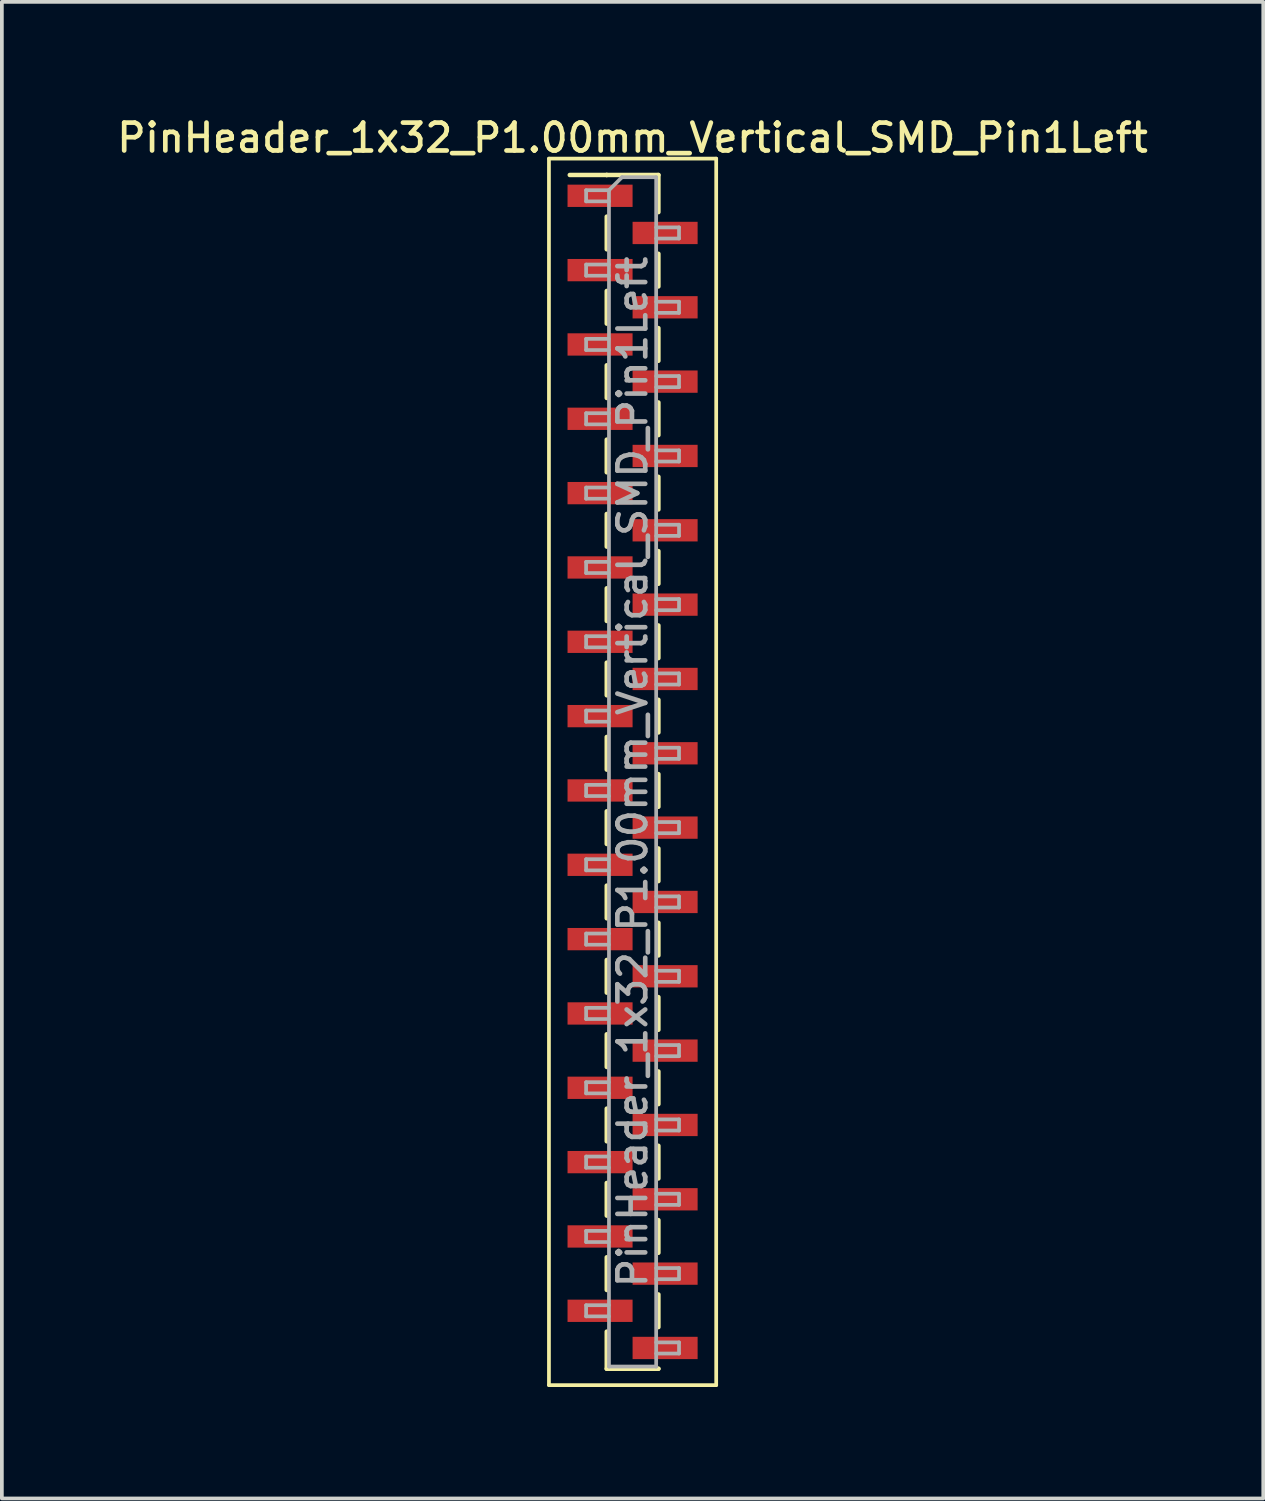
<source format=kicad_pcb>
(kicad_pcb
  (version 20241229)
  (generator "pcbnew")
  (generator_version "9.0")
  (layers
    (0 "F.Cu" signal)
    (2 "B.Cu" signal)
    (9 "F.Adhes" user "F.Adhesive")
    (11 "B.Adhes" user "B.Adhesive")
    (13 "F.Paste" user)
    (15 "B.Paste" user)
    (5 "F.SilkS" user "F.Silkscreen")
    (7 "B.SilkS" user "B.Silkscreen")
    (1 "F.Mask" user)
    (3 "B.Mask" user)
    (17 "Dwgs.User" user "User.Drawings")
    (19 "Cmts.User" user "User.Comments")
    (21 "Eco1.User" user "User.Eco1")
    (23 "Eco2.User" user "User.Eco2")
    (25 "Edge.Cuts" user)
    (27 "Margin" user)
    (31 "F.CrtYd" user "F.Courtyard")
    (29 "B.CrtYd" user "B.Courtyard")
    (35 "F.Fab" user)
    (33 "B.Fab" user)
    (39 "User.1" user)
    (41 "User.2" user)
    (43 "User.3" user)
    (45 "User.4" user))
  (footprint "PinHeader_1x32_P1.00mm_Vertical_SMD_Pin1Left"
    (layer "F.Cu")
    (at 13.97 17.718)
    (property "Reference" "PinHeader_1x32_P1.00mm_Vertical_SMD_Pin1Left" (at 0 -17.06 0) (layer "F.SilkS") (effects (font (size 0.75 0.75) (thickness 0.125))))
    (attr smd)
    (fp_line (start -2.25 -16.5) (end -2.25 16.5) (stroke (width 0.1) (type solid)) (layer "F.SilkS"))
    (fp_line (start -2.25 16.5) (end 2.25 16.5) (stroke (width 0.1) (type solid)) (layer "F.SilkS"))
    (fp_line (start -0.695 -16.06) (end -1.69 -16.06) (stroke (width 0.12) (type solid)) (layer "F.SilkS"))
    (fp_line (start -0.695 -16.06) (end -0.695 -16.06) (stroke (width 0.12) (type solid)) (layer "F.SilkS"))
    (fp_line (start -0.695 -16.06) (end 0.695 -16.06) (stroke (width 0.12) (type solid)) (layer "F.SilkS"))
    (fp_line (start -0.695 -14.94) (end -0.695 -14.06) (stroke (width 0.12) (type solid)) (layer "F.SilkS"))
    (fp_line (start -0.695 -12.94) (end -0.695 -12.06) (stroke (width 0.12) (type solid)) (layer "F.SilkS"))
    (fp_line (start -0.695 -10.94) (end -0.695 -10.06) (stroke (width 0.12) (type solid)) (layer "F.SilkS"))
    (fp_line (start -0.695 -8.94) (end -0.695 -8.06) (stroke (width 0.12) (type solid)) (layer "F.SilkS"))
    (fp_line (start -0.695 -6.94) (end -0.695 -6.06) (stroke (width 0.12) (type solid)) (layer "F.SilkS"))
    (fp_line (start -0.695 -4.94) (end -0.695 -4.06) (stroke (width 0.12) (type solid)) (layer "F.SilkS"))
    (fp_line (start -0.695 -2.94) (end -0.695 -2.06) (stroke (width 0.12) (type solid)) (layer "F.SilkS"))
    (fp_line (start -0.695 -0.94) (end -0.695 -0.06) (stroke (width 0.12) (type solid)) (layer "F.SilkS"))
    (fp_line (start -0.695 1.06) (end -0.695 1.94) (stroke (width 0.12) (type solid)) (layer "F.SilkS"))
    (fp_line (start -0.695 3.06) (end -0.695 3.94) (stroke (width 0.12) (type solid)) (layer "F.SilkS"))
    (fp_line (start -0.695 5.06) (end -0.695 5.94) (stroke (width 0.12) (type solid)) (layer "F.SilkS"))
    (fp_line (start -0.695 7.06) (end -0.695 7.94) (stroke (width 0.12) (type solid)) (layer "F.SilkS"))
    (fp_line (start -0.695 9.06) (end -0.695 9.94) (stroke (width 0.12) (type solid)) (layer "F.SilkS"))
    (fp_line (start -0.695 11.06) (end -0.695 11.94) (stroke (width 0.12) (type solid)) (layer "F.SilkS"))
    (fp_line (start -0.695 13.06) (end -0.695 13.94) (stroke (width 0.12) (type solid)) (layer "F.SilkS"))
    (fp_line (start -0.695 15.06) (end -0.695 16.06) (stroke (width 0.12) (type solid)) (layer "F.SilkS"))
    (fp_line (start -0.695 16.06) (end 0.695 16.06) (stroke (width 0.12) (type solid)) (layer "F.SilkS"))
    (fp_line (start 0.695 -16.06) (end 0.695 -15.06) (stroke (width 0.12) (type solid)) (layer "F.SilkS"))
    (fp_line (start 0.695 -13.94) (end 0.695 -13.06) (stroke (width 0.12) (type solid)) (layer "F.SilkS"))
    (fp_line (start 0.695 -11.94) (end 0.695 -11.06) (stroke (width 0.12) (type solid)) (layer "F.SilkS"))
    (fp_line (start 0.695 -9.94) (end 0.695 -9.06) (stroke (width 0.12) (type solid)) (layer "F.SilkS"))
    (fp_line (start 0.695 -7.94) (end 0.695 -7.06) (stroke (width 0.12) (type solid)) (layer "F.SilkS"))
    (fp_line (start 0.695 -5.94) (end 0.695 -5.06) (stroke (width 0.12) (type solid)) (layer "F.SilkS"))
    (fp_line (start 0.695 -3.94) (end 0.695 -3.06) (stroke (width 0.12) (type solid)) (layer "F.SilkS"))
    (fp_line (start 0.695 -1.94) (end 0.695 -1.06) (stroke (width 0.12) (type solid)) (layer "F.SilkS"))
    (fp_line (start 0.695 0.06) (end 0.695 0.94) (stroke (width 0.12) (type solid)) (layer "F.SilkS"))
    (fp_line (start 0.695 2.06) (end 0.695 2.94) (stroke (width 0.12) (type solid)) (layer "F.SilkS"))
    (fp_line (start 0.695 4.06) (end 0.695 4.94) (stroke (width 0.12) (type solid)) (layer "F.SilkS"))
    (fp_line (start 0.695 6.06) (end 0.695 6.94) (stroke (width 0.12) (type solid)) (layer "F.SilkS"))
    (fp_line (start 0.695 8.06) (end 0.695 8.94) (stroke (width 0.12) (type solid)) (layer "F.SilkS"))
    (fp_line (start 0.695 10.06) (end 0.695 10.94) (stroke (width 0.12) (type solid)) (layer "F.SilkS"))
    (fp_line (start 0.695 12.06) (end 0.695 12.94) (stroke (width 0.12) (type solid)) (layer "F.SilkS"))
    (fp_line (start 0.695 14.06) (end 0.695 14.94) (stroke (width 0.12) (type solid)) (layer "F.SilkS"))
    (fp_line (start 0.695 16.06) (end 0.695 16.06) (stroke (width 0.12) (type solid)) (layer "F.SilkS"))
    (fp_line (start 2.25 -16.5) (end -2.25 -16.5) (stroke (width 0.1) (type solid)) (layer "F.SilkS"))
    (fp_line (start 2.25 16.5) (end 2.25 -16.5) (stroke (width 0.1) (type solid)) (layer "F.SilkS"))
    (fp_line (start -1.25 -15.65) (end -1.25 -15.35) (stroke (width 0.1) (type solid)) (layer "F.Fab"))
    (fp_line (start -1.25 -15.35) (end -0.635 -15.35) (stroke (width 0.1) (type solid)) (layer "F.Fab"))
    (fp_line (start -1.25 -13.65) (end -1.25 -13.35) (stroke (width 0.1) (type solid)) (layer "F.Fab"))
    (fp_line (start -1.25 -13.35) (end -0.635 -13.35) (stroke (width 0.1) (type solid)) (layer "F.Fab"))
    (fp_line (start -1.25 -11.65) (end -1.25 -11.35) (stroke (width 0.1) (type solid)) (layer "F.Fab"))
    (fp_line (start -1.25 -11.35) (end -0.635 -11.35) (stroke (width 0.1) (type solid)) (layer "F.Fab"))
    (fp_line (start -1.25 -9.65) (end -1.25 -9.35) (stroke (width 0.1) (type solid)) (layer "F.Fab"))
    (fp_line (start -1.25 -9.35) (end -0.635 -9.35) (stroke (width 0.1) (type solid)) (layer "F.Fab"))
    (fp_line (start -1.25 -7.65) (end -1.25 -7.35) (stroke (width 0.1) (type solid)) (layer "F.Fab"))
    (fp_line (start -1.25 -7.35) (end -0.635 -7.35) (stroke (width 0.1) (type solid)) (layer "F.Fab"))
    (fp_line (start -1.25 -5.65) (end -1.25 -5.35) (stroke (width 0.1) (type solid)) (layer "F.Fab"))
    (fp_line (start -1.25 -5.35) (end -0.635 -5.35) (stroke (width 0.1) (type solid)) (layer "F.Fab"))
    (fp_line (start -1.25 -3.65) (end -1.25 -3.35) (stroke (width 0.1) (type solid)) (layer "F.Fab"))
    (fp_line (start -1.25 -3.35) (end -0.635 -3.35) (stroke (width 0.1) (type solid)) (layer "F.Fab"))
    (fp_line (start -1.25 -1.65) (end -1.25 -1.35) (stroke (width 0.1) (type solid)) (layer "F.Fab"))
    (fp_line (start -1.25 -1.35) (end -0.635 -1.35) (stroke (width 0.1) (type solid)) (layer "F.Fab"))
    (fp_line (start -1.25 0.35) (end -1.25 0.65) (stroke (width 0.1) (type solid)) (layer "F.Fab"))
    (fp_line (start -1.25 0.65) (end -0.635 0.65) (stroke (width 0.1) (type solid)) (layer "F.Fab"))
    (fp_line (start -1.25 2.35) (end -1.25 2.65) (stroke (width 0.1) (type solid)) (layer "F.Fab"))
    (fp_line (start -1.25 2.65) (end -0.635 2.65) (stroke (width 0.1) (type solid)) (layer "F.Fab"))
    (fp_line (start -1.25 4.35) (end -1.25 4.65) (stroke (width 0.1) (type solid)) (layer "F.Fab"))
    (fp_line (start -1.25 4.65) (end -0.635 4.65) (stroke (width 0.1) (type solid)) (layer "F.Fab"))
    (fp_line (start -1.25 6.35) (end -1.25 6.65) (stroke (width 0.1) (type solid)) (layer "F.Fab"))
    (fp_line (start -1.25 6.65) (end -0.635 6.65) (stroke (width 0.1) (type solid)) (layer "F.Fab"))
    (fp_line (start -1.25 8.35) (end -1.25 8.65) (stroke (width 0.1) (type solid)) (layer "F.Fab"))
    (fp_line (start -1.25 8.65) (end -0.635 8.65) (stroke (width 0.1) (type solid)) (layer "F.Fab"))
    (fp_line (start -1.25 10.35) (end -1.25 10.65) (stroke (width 0.1) (type solid)) (layer "F.Fab"))
    (fp_line (start -1.25 10.65) (end -0.635 10.65) (stroke (width 0.1) (type solid)) (layer "F.Fab"))
    (fp_line (start -1.25 12.35) (end -1.25 12.65) (stroke (width 0.1) (type solid)) (layer "F.Fab"))
    (fp_line (start -1.25 12.65) (end -0.635 12.65) (stroke (width 0.1) (type solid)) (layer "F.Fab"))
    (fp_line (start -1.25 14.35) (end -1.25 14.65) (stroke (width 0.1) (type solid)) (layer "F.Fab"))
    (fp_line (start -1.25 14.65) (end -0.635 14.65) (stroke (width 0.1) (type solid)) (layer "F.Fab"))
    (fp_line (start -0.635 -15.65) (end -1.25 -15.65) (stroke (width 0.1) (type solid)) (layer "F.Fab"))
    (fp_line (start -0.635 -15.65) (end -0.285 -16) (stroke (width 0.1) (type solid)) (layer "F.Fab"))
    (fp_line (start -0.635 -13.65) (end -1.25 -13.65) (stroke (width 0.1) (type solid)) (layer "F.Fab"))
    (fp_line (start -0.635 -11.65) (end -1.25 -11.65) (stroke (width 0.1) (type solid)) (layer "F.Fab"))
    (fp_line (start -0.635 -9.65) (end -1.25 -9.65) (stroke (width 0.1) (type solid)) (layer "F.Fab"))
    (fp_line (start -0.635 -7.65) (end -1.25 -7.65) (stroke (width 0.1) (type solid)) (layer "F.Fab"))
    (fp_line (start -0.635 -5.65) (end -1.25 -5.65) (stroke (width 0.1) (type solid)) (layer "F.Fab"))
    (fp_line (start -0.635 -3.65) (end -1.25 -3.65) (stroke (width 0.1) (type solid)) (layer "F.Fab"))
    (fp_line (start -0.635 -1.65) (end -1.25 -1.65) (stroke (width 0.1) (type solid)) (layer "F.Fab"))
    (fp_line (start -0.635 0.35) (end -1.25 0.35) (stroke (width 0.1) (type solid)) (layer "F.Fab"))
    (fp_line (start -0.635 2.35) (end -1.25 2.35) (stroke (width 0.1) (type solid)) (layer "F.Fab"))
    (fp_line (start -0.635 4.35) (end -1.25 4.35) (stroke (width 0.1) (type solid)) (layer "F.Fab"))
    (fp_line (start -0.635 6.35) (end -1.25 6.35) (stroke (width 0.1) (type solid)) (layer "F.Fab"))
    (fp_line (start -0.635 8.35) (end -1.25 8.35) (stroke (width 0.1) (type solid)) (layer "F.Fab"))
    (fp_line (start -0.635 10.35) (end -1.25 10.35) (stroke (width 0.1) (type solid)) (layer "F.Fab"))
    (fp_line (start -0.635 12.35) (end -1.25 12.35) (stroke (width 0.1) (type solid)) (layer "F.Fab"))
    (fp_line (start -0.635 14.35) (end -1.25 14.35) (stroke (width 0.1) (type solid)) (layer "F.Fab"))
    (fp_line (start -0.635 16) (end -0.635 -15.65) (stroke (width 0.1) (type solid)) (layer "F.Fab"))
    (fp_line (start -0.285 -16) (end 0.635 -16) (stroke (width 0.1) (type solid)) (layer "F.Fab"))
    (fp_line (start 0.635 -16) (end 0.635 16) (stroke (width 0.1) (type solid)) (layer "F.Fab"))
    (fp_line (start 0.635 -14.65) (end 1.25 -14.65) (stroke (width 0.1) (type solid)) (layer "F.Fab"))
    (fp_line (start 0.635 -12.65) (end 1.25 -12.65) (stroke (width 0.1) (type solid)) (layer "F.Fab"))
    (fp_line (start 0.635 -10.65) (end 1.25 -10.65) (stroke (width 0.1) (type solid)) (layer "F.Fab"))
    (fp_line (start 0.635 -8.65) (end 1.25 -8.65) (stroke (width 0.1) (type solid)) (layer "F.Fab"))
    (fp_line (start 0.635 -6.65) (end 1.25 -6.65) (stroke (width 0.1) (type solid)) (layer "F.Fab"))
    (fp_line (start 0.635 -4.65) (end 1.25 -4.65) (stroke (width 0.1) (type solid)) (layer "F.Fab"))
    (fp_line (start 0.635 -2.65) (end 1.25 -2.65) (stroke (width 0.1) (type solid)) (layer "F.Fab"))
    (fp_line (start 0.635 -0.65) (end 1.25 -0.65) (stroke (width 0.1) (type solid)) (layer "F.Fab"))
    (fp_line (start 0.635 1.35) (end 1.25 1.35) (stroke (width 0.1) (type solid)) (layer "F.Fab"))
    (fp_line (start 0.635 3.35) (end 1.25 3.35) (stroke (width 0.1) (type solid)) (layer "F.Fab"))
    (fp_line (start 0.635 5.35) (end 1.25 5.35) (stroke (width 0.1) (type solid)) (layer "F.Fab"))
    (fp_line (start 0.635 7.35) (end 1.25 7.35) (stroke (width 0.1) (type solid)) (layer "F.Fab"))
    (fp_line (start 0.635 9.35) (end 1.25 9.35) (stroke (width 0.1) (type solid)) (layer "F.Fab"))
    (fp_line (start 0.635 11.35) (end 1.25 11.35) (stroke (width 0.1) (type solid)) (layer "F.Fab"))
    (fp_line (start 0.635 13.35) (end 1.25 13.35) (stroke (width 0.1) (type solid)) (layer "F.Fab"))
    (fp_line (start 0.635 15.35) (end 1.25 15.35) (stroke (width 0.1) (type solid)) (layer "F.Fab"))
    (fp_line (start 0.635 16) (end -0.635 16) (stroke (width 0.1) (type solid)) (layer "F.Fab"))
    (fp_line (start 1.25 -14.65) (end 1.25 -14.35) (stroke (width 0.1) (type solid)) (layer "F.Fab"))
    (fp_line (start 1.25 -14.35) (end 0.635 -14.35) (stroke (width 0.1) (type solid)) (layer "F.Fab"))
    (fp_line (start 1.25 -12.65) (end 1.25 -12.35) (stroke (width 0.1) (type solid)) (layer "F.Fab"))
    (fp_line (start 1.25 -12.35) (end 0.635 -12.35) (stroke (width 0.1) (type solid)) (layer "F.Fab"))
    (fp_line (start 1.25 -10.65) (end 1.25 -10.35) (stroke (width 0.1) (type solid)) (layer "F.Fab"))
    (fp_line (start 1.25 -10.35) (end 0.635 -10.35) (stroke (width 0.1) (type solid)) (layer "F.Fab"))
    (fp_line (start 1.25 -8.65) (end 1.25 -8.35) (stroke (width 0.1) (type solid)) (layer "F.Fab"))
    (fp_line (start 1.25 -8.35) (end 0.635 -8.35) (stroke (width 0.1) (type solid)) (layer "F.Fab"))
    (fp_line (start 1.25 -6.65) (end 1.25 -6.35) (stroke (width 0.1) (type solid)) (layer "F.Fab"))
    (fp_line (start 1.25 -6.35) (end 0.635 -6.35) (stroke (width 0.1) (type solid)) (layer "F.Fab"))
    (fp_line (start 1.25 -4.65) (end 1.25 -4.35) (stroke (width 0.1) (type solid)) (layer "F.Fab"))
    (fp_line (start 1.25 -4.35) (end 0.635 -4.35) (stroke (width 0.1) (type solid)) (layer "F.Fab"))
    (fp_line (start 1.25 -2.65) (end 1.25 -2.35) (stroke (width 0.1) (type solid)) (layer "F.Fab"))
    (fp_line (start 1.25 -2.35) (end 0.635 -2.35) (stroke (width 0.1) (type solid)) (layer "F.Fab"))
    (fp_line (start 1.25 -0.65) (end 1.25 -0.35) (stroke (width 0.1) (type solid)) (layer "F.Fab"))
    (fp_line (start 1.25 -0.35) (end 0.635 -0.35) (stroke (width 0.1) (type solid)) (layer "F.Fab"))
    (fp_line (start 1.25 1.35) (end 1.25 1.65) (stroke (width 0.1) (type solid)) (layer "F.Fab"))
    (fp_line (start 1.25 1.65) (end 0.635 1.65) (stroke (width 0.1) (type solid)) (layer "F.Fab"))
    (fp_line (start 1.25 3.35) (end 1.25 3.65) (stroke (width 0.1) (type solid)) (layer "F.Fab"))
    (fp_line (start 1.25 3.65) (end 0.635 3.65) (stroke (width 0.1) (type solid)) (layer "F.Fab"))
    (fp_line (start 1.25 5.35) (end 1.25 5.65) (stroke (width 0.1) (type solid)) (layer "F.Fab"))
    (fp_line (start 1.25 5.65) (end 0.635 5.65) (stroke (width 0.1) (type solid)) (layer "F.Fab"))
    (fp_line (start 1.25 7.35) (end 1.25 7.65) (stroke (width 0.1) (type solid)) (layer "F.Fab"))
    (fp_line (start 1.25 7.65) (end 0.635 7.65) (stroke (width 0.1) (type solid)) (layer "F.Fab"))
    (fp_line (start 1.25 9.35) (end 1.25 9.65) (stroke (width 0.1) (type solid)) (layer "F.Fab"))
    (fp_line (start 1.25 9.65) (end 0.635 9.65) (stroke (width 0.1) (type solid)) (layer "F.Fab"))
    (fp_line (start 1.25 11.35) (end 1.25 11.65) (stroke (width 0.1) (type solid)) (layer "F.Fab"))
    (fp_line (start 1.25 11.65) (end 0.635 11.65) (stroke (width 0.1) (type solid)) (layer "F.Fab"))
    (fp_line (start 1.25 13.35) (end 1.25 13.65) (stroke (width 0.1) (type solid)) (layer "F.Fab"))
    (fp_line (start 1.25 13.65) (end 0.635 13.65) (stroke (width 0.1) (type solid)) (layer "F.Fab"))
    (fp_line (start 1.25 15.35) (end 1.25 15.65) (stroke (width 0.1) (type solid)) (layer "F.Fab"))
    (fp_line (start 1.25 15.65) (end 0.635 15.65) (stroke (width 0.1) (type solid)) (layer "F.Fab"))
    (fp_text user "${REFERENCE}" (at 0 0 90) (layer "F.Fab") (effects (font (size 0.75 0.75) (thickness 0.125))))
    (pad "1" smd rect (at -0.875 -15.5) (size 1.75 0.6) (layers "F.Cu" "F.Mask" "F.Paste"))
    (pad "2" smd rect (at 0.875 -14.5) (size 1.75 0.6) (layers "F.Cu" "F.Mask" "F.Paste"))
    (pad "3" smd rect (at -0.875 -13.5) (size 1.75 0.6) (layers "F.Cu" "F.Mask" "F.Paste"))
    (pad "4" smd rect (at 0.875 -12.5) (size 1.75 0.6) (layers "F.Cu" "F.Mask" "F.Paste"))
    (pad "5" smd rect (at -0.875 -11.5) (size 1.75 0.6) (layers "F.Cu" "F.Mask" "F.Paste"))
    (pad "6" smd rect (at 0.875 -10.5) (size 1.75 0.6) (layers "F.Cu" "F.Mask" "F.Paste"))
    (pad "7" smd rect (at -0.875 -9.5) (size 1.75 0.6) (layers "F.Cu" "F.Mask" "F.Paste"))
    (pad "8" smd rect (at 0.875 -8.5) (size 1.75 0.6) (layers "F.Cu" "F.Mask" "F.Paste"))
    (pad "9" smd rect (at -0.875 -7.5) (size 1.75 0.6) (layers "F.Cu" "F.Mask" "F.Paste"))
    (pad "10" smd rect (at 0.875 -6.5) (size 1.75 0.6) (layers "F.Cu" "F.Mask" "F.Paste"))
    (pad "11" smd rect (at -0.875 -5.5) (size 1.75 0.6) (layers "F.Cu" "F.Mask" "F.Paste"))
    (pad "12" smd rect (at 0.875 -4.5) (size 1.75 0.6) (layers "F.Cu" "F.Mask" "F.Paste"))
    (pad "13" smd rect (at -0.875 -3.5) (size 1.75 0.6) (layers "F.Cu" "F.Mask" "F.Paste"))
    (pad "14" smd rect (at 0.875 -2.5) (size 1.75 0.6) (layers "F.Cu" "F.Mask" "F.Paste"))
    (pad "15" smd rect (at -0.875 -1.5) (size 1.75 0.6) (layers "F.Cu" "F.Mask" "F.Paste"))
    (pad "16" smd rect (at 0.875 -0.5) (size 1.75 0.6) (layers "F.Cu" "F.Mask" "F.Paste"))
    (pad "17" smd rect (at -0.875 0.5) (size 1.75 0.6) (layers "F.Cu" "F.Mask" "F.Paste"))
    (pad "18" smd rect (at 0.875 1.5) (size 1.75 0.6) (layers "F.Cu" "F.Mask" "F.Paste"))
    (pad "19" smd rect (at -0.875 2.5) (size 1.75 0.6) (layers "F.Cu" "F.Mask" "F.Paste"))
    (pad "20" smd rect (at 0.875 3.5) (size 1.75 0.6) (layers "F.Cu" "F.Mask" "F.Paste"))
    (pad "21" smd rect (at -0.875 4.5) (size 1.75 0.6) (layers "F.Cu" "F.Mask" "F.Paste"))
    (pad "22" smd rect (at 0.875 5.5) (size 1.75 0.6) (layers "F.Cu" "F.Mask" "F.Paste"))
    (pad "23" smd rect (at -0.875 6.5) (size 1.75 0.6) (layers "F.Cu" "F.Mask" "F.Paste"))
    (pad "24" smd rect (at 0.875 7.5) (size 1.75 0.6) (layers "F.Cu" "F.Mask" "F.Paste"))
    (pad "25" smd rect (at -0.875 8.5) (size 1.75 0.6) (layers "F.Cu" "F.Mask" "F.Paste"))
    (pad "26" smd rect (at 0.875 9.5) (size 1.75 0.6) (layers "F.Cu" "F.Mask" "F.Paste"))
    (pad "27" smd rect (at -0.875 10.5) (size 1.75 0.6) (layers "F.Cu" "F.Mask" "F.Paste"))
    (pad "28" smd rect (at 0.875 11.5) (size 1.75 0.6) (layers "F.Cu" "F.Mask" "F.Paste"))
    (pad "29" smd rect (at -0.875 12.5) (size 1.75 0.6) (layers "F.Cu" "F.Mask" "F.Paste"))
    (pad "30" smd rect (at 0.875 13.5) (size 1.75 0.6) (layers "F.Cu" "F.Mask" "F.Paste"))
    (pad "31" smd rect (at -0.875 14.5) (size 1.75 0.6) (layers "F.Cu" "F.Mask" "F.Paste"))
    (pad "32" smd rect (at 0.875 15.5) (size 1.75 0.6) (layers "F.Cu" "F.Mask" "F.Paste")))
  (gr_rect
    (start -3 -3)
    (end 30.939 37.268)
    (stroke (width 0.1) (type default))
    (fill no)
    (layer "Edge.Cuts")))
</source>
